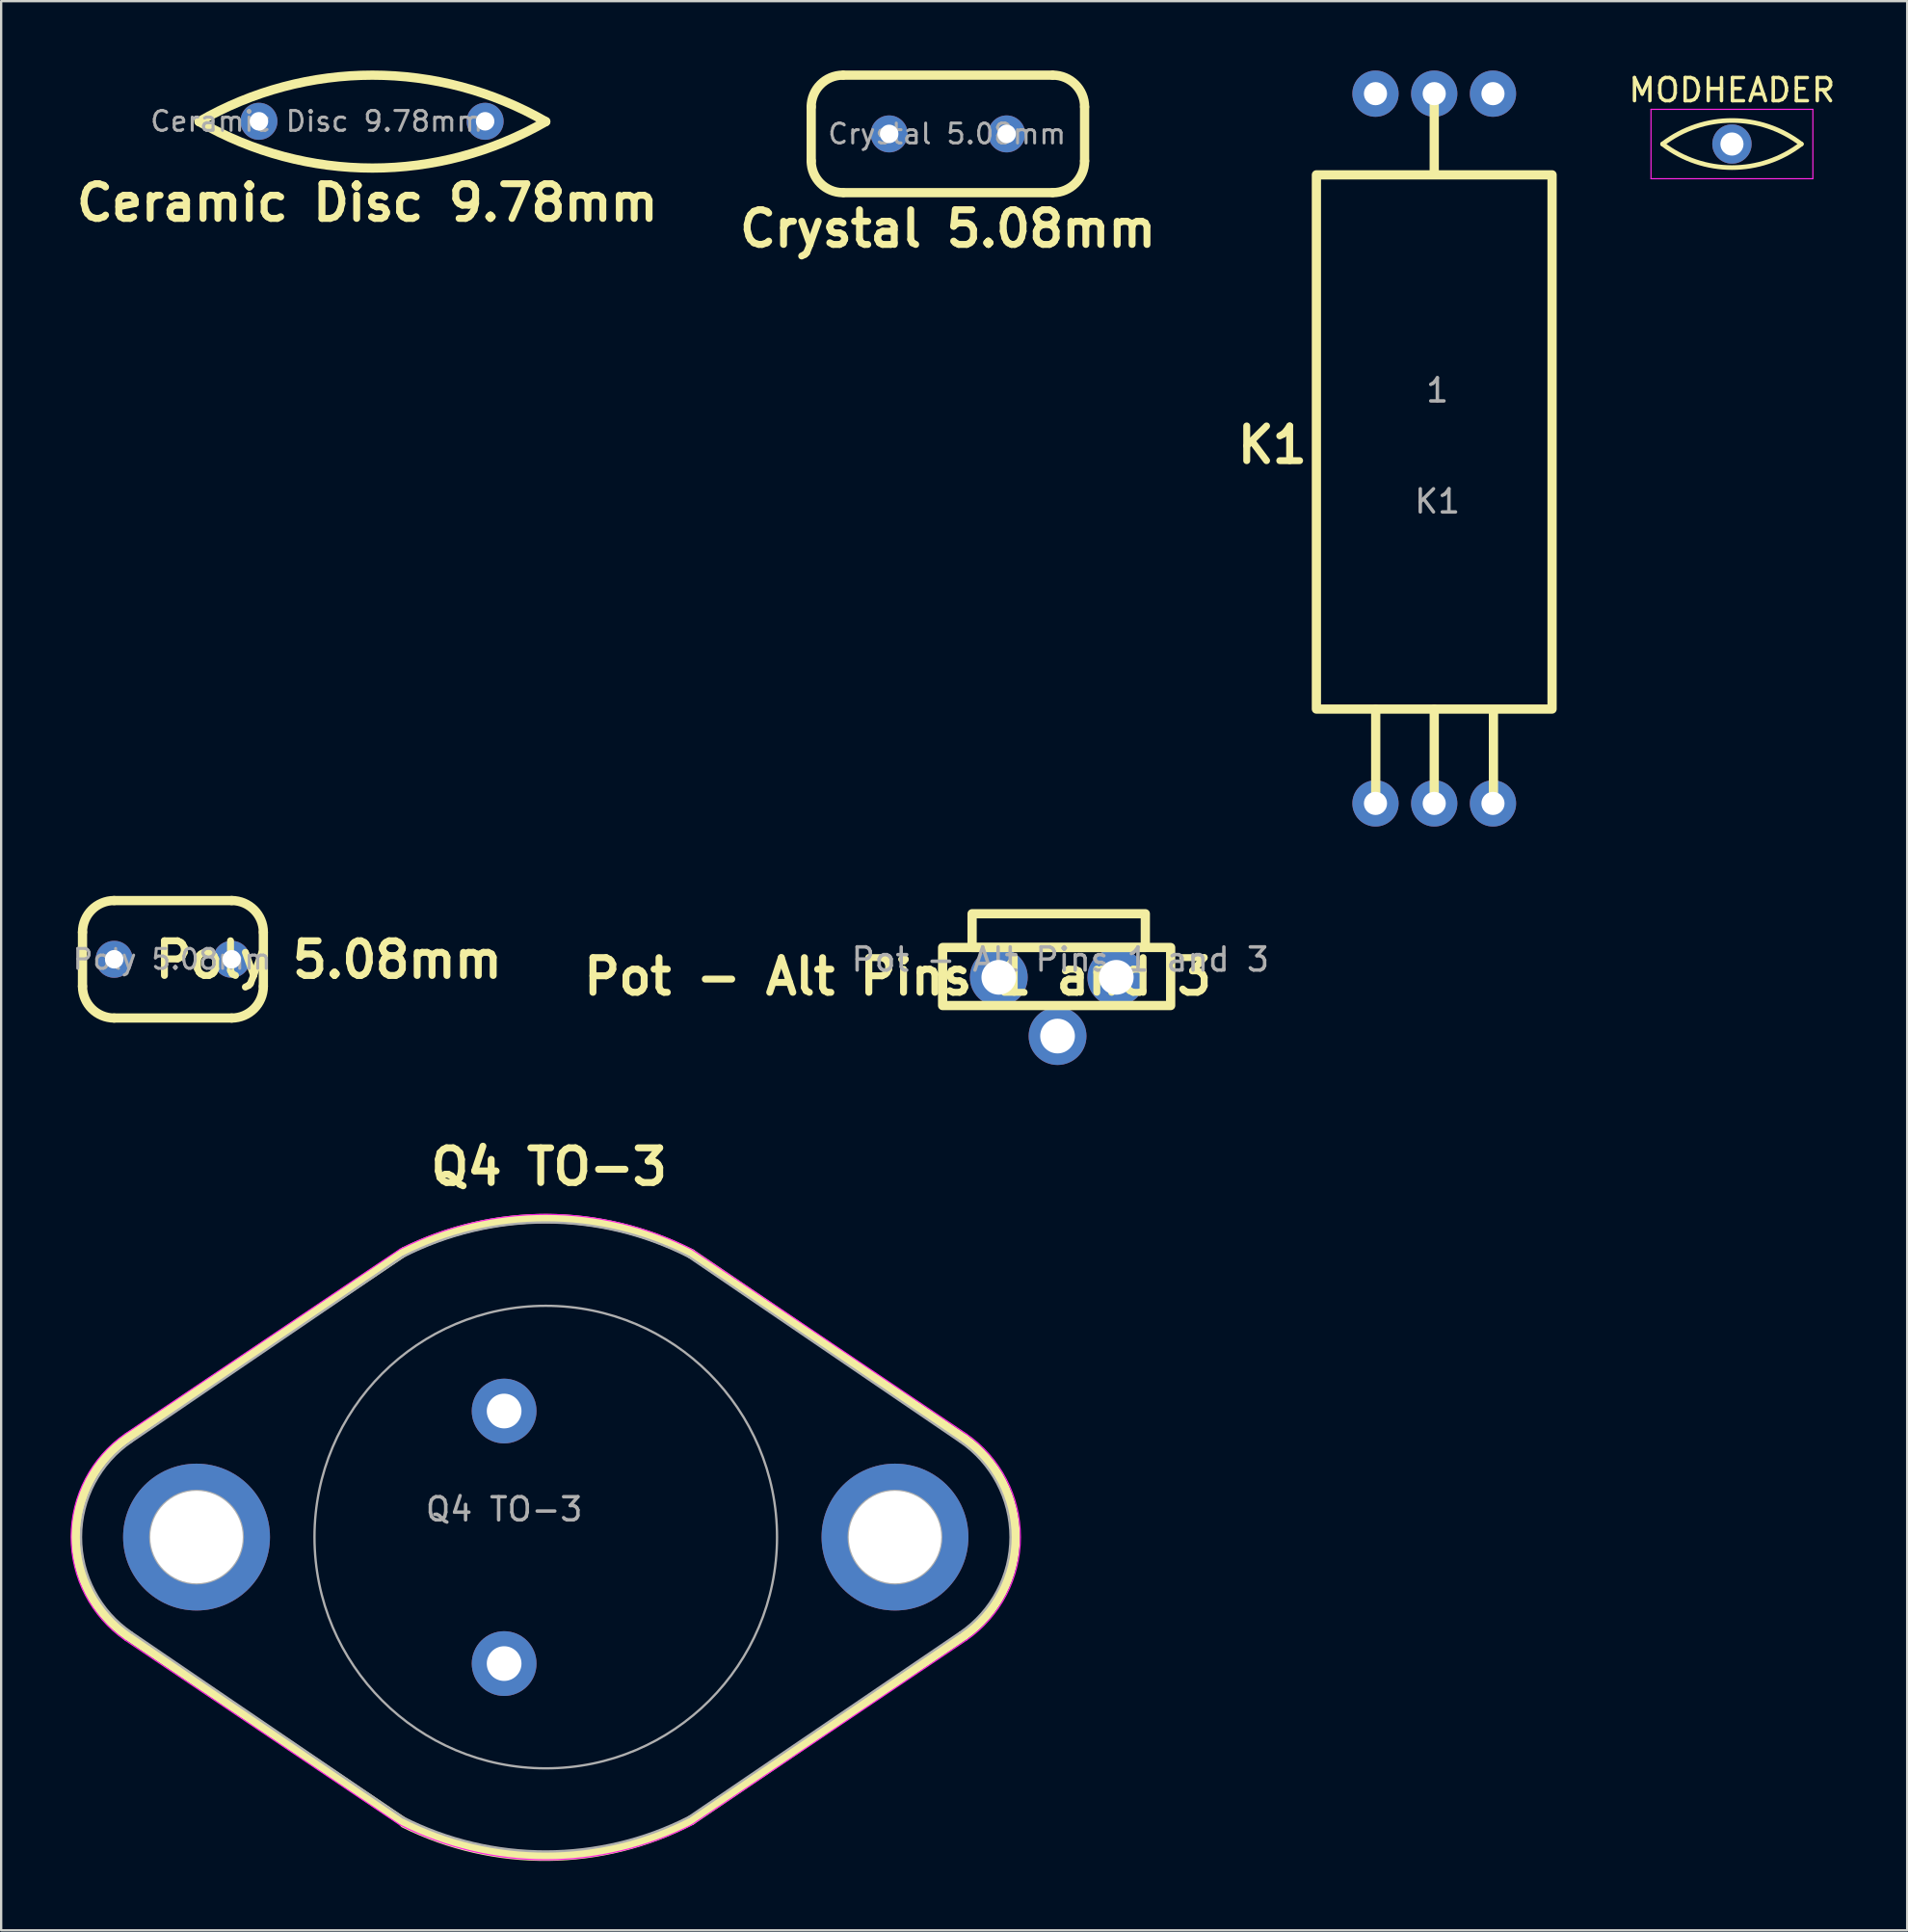
<source format=kicad_pcb>
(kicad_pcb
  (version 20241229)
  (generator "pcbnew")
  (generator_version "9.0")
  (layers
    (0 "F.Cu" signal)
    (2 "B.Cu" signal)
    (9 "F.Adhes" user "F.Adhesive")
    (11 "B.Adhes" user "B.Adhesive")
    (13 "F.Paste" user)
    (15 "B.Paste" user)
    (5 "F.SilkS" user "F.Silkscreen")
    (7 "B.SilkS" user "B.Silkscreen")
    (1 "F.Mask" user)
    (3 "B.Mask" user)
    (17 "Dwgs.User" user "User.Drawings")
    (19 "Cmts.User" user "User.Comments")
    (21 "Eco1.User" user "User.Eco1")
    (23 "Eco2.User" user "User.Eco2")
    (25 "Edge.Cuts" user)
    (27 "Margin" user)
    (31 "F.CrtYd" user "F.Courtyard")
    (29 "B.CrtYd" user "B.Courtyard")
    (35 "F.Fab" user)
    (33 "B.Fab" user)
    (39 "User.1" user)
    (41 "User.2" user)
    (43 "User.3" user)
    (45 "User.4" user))
  (footprint "Ceramic Disc 9.78mm"
    (layer "F.Cu")
    (at 8.146 2.195)
    (property "Reference" "Ceramic Disc 9.78mm" (at 4.69 3.52 0) (layer "F.SilkS") (effects (font (size 1.5 1.5) (thickness 0.3) (bold yes))))
    (attr through_hole)
    (fp_arc (start -2.588358 0.01327) (mid 4.906635 -1.995008) (end 12.401628 0.01327) (stroke (width 0.4) (type default)) (layer "F.SilkS"))
    (fp_arc (start 12.401628 0.01327) (mid 4.906635 2.021548) (end -2.588358 0.01327) (stroke (width 0.4) (type default)) (layer "F.SilkS"))
    (fp_text user "${REFERENCE}" (at 2.5 0 0) (layer "F.Fab") (effects (font (size 0.86 0.86) (thickness 0.129))))
    (pad "1" thru_hole circle (at 0 0) (size 1.6 1.6) (drill 0.8) (layers "*.Cu" "*.Mask"))
    (pad "2" thru_hole circle (at 9.78 0) (size 1.6 1.6) (drill 0.8) (layers "*.Cu" "*.Mask")))
  (footprint "Pot - Alt Pins 1 and 3"
    (layer "F.Cu")
    (at 42.797 35.94)
    (property "Reference" "Pot - Alt Pins 1 and 3" (at -7.03 3.24 0) (unlocked yes) (layer "F.SilkS") (effects (font (size 1.5 1.5) (thickness 0.3) (bold yes))))
    (attr through_hole)
    (fp_rect (start -5.09 1.98) (end 4.77 4.49) (stroke (width 0.4) (type default)) (fill no) (layer "F.SilkS"))
    (fp_rect (start -3.815 0.52) (end 3.675 1.98) (stroke (width 0.4) (type default)) (fill no) (layer "F.SilkS"))
    (fp_text user "${REFERENCE}" (at 0 2.5 0) (unlocked yes) (layer "F.Fab") (effects (font (size 1 1) (thickness 0.15))))
    (pad "1" thru_hole circle (at 2.42 3.27) (size 2.5 2.5) (drill 1.5) (layers "*.Cu" "*.Mask"))
    (pad "2" thru_hole circle (at -0.12 5.81) (size 2.5 2.5) (drill 1.5) (layers "*.Cu" "*.Mask"))
    (pad "3" thru_hole circle (at -2.66 3.27) (size 2.5 2.5) (drill 1.5) (layers "*.Cu" "*.Mask")))
  (footprint "Crystal 5.08mm"
    (layer "F.Cu")
    (at 35.396 2.74)
    (property "Reference" "Crystal 5.08mm" (at 2.54 4.1 0) (layer "F.SilkS") (effects (font (size 1.5 1.5) (thickness 0.3) (bold yes))))
    (attr through_hole)
    (fp_line (start -3.37 1.17) (end -3.37 -1.17) (stroke (width 0.4) (type default)) (layer "F.SilkS"))
    (fp_line (start -1.98 -2.54) (end 7.06 -2.54) (stroke (width 0.4) (type default)) (layer "F.SilkS"))
    (fp_line (start -1.96 2.54) (end 7.06 2.54) (stroke (width 0.4) (type default)) (layer "F.SilkS"))
    (fp_line (start 8.45 -1.17) (end 8.45 1.17) (stroke (width 0.4) (type default)) (layer "F.SilkS"))
    (fp_arc (start -3.37 -1.17) (mid -2.968736 -2.138736) (end -2 -2.54) (stroke (width 0.4) (type default)) (layer "F.SilkS"))
    (fp_arc (start -2 2.54) (mid -2.968736 2.138736) (end -3.37 1.17) (stroke (width 0.4) (type default)) (layer "F.SilkS"))
    (fp_arc (start 7.08 -2.54) (mid 8.048736 -2.138736) (end 8.45 -1.17) (stroke (width 0.4) (type default)) (layer "F.SilkS"))
    (fp_arc (start 8.45 1.17) (mid 8.048736 2.138736) (end 7.08 2.54) (stroke (width 0.4) (type default)) (layer "F.SilkS"))
    (fp_text user "${REFERENCE}" (at 2.5 0 0) (layer "F.Fab") (effects (font (size 0.86 0.86) (thickness 0.129))))
    (pad "1" thru_hole circle (at 0 0) (size 1.6 1.6) (drill 0.8) (layers "*.Cu" "*.Mask"))
    (pad "2" thru_hole circle (at 5.08 0) (size 1.6 1.6) (drill 0.8) (layers "*.Cu" "*.Mask")))
  (footprint "Q4 TO-3"
    (layer "F.Cu")
    (at 18.748 57.964)
    (property "Reference" "Q4 TO-3" (at 1.94 -10.56 180) (layer "F.SilkS") (effects (font (size 1.5 1.5) (thickness 0.3) (bold yes))))
    (attr through_hole)
    (fp_line (start -4.3 -6.9) (end -16.2 1.1) (stroke (width 0.4) (type solid)) (layer "F.SilkS"))
    (fp_line (start -4.3 17.8) (end -16.3 9.7) (stroke (width 0.4) (type solid)) (layer "F.SilkS"))
    (fp_line (start 8.1 -6.8) (end 19.9 1.2) (stroke (width 0.4) (type solid)) (layer "F.SilkS"))
    (fp_line (start 8.1 17.7) (end 19.9 9.7) (stroke (width 0.4) (type solid)) (layer "F.SilkS"))
    (fp_arc (start -16.3 9.7) (mid -18.519226 5.373614) (end -16.2 1.1) (stroke (width 0.4) (type solid)) (layer "F.SilkS"))
    (fp_arc (start -4.3 -6.9) (mid 1.911888 -8.324078) (end 8.1 -6.8) (stroke (width 0.4) (type solid)) (layer "F.SilkS"))
    (fp_arc (start 8.1 17.7) (mid 1.902495 19.252998) (end -4.325 17.825) (stroke (width 0.4) (type solid)) (layer "F.SilkS"))
    (fp_arc (start 19.9 1.2) (mid 22.102159 5.45) (end 19.9 9.7) (stroke (width 0.4) (type solid)) (layer "F.SilkS"))
    (fp_line (start -4.5 -7) (end -16.4 1) (stroke (width 0.05) (type solid)) (layer "F.CrtYd"))
    (fp_line (start -4.5 17.9) (end -16.4 9.9) (stroke (width 0.05) (type solid)) (layer "F.CrtYd"))
    (fp_line (start 8.1 -7) (end 20 1) (stroke (width 0.05) (type solid)) (layer "F.CrtYd"))
    (fp_line (start 8.1 17.9) (end 20 9.9) (stroke (width 0.05) (type solid)) (layer "F.CrtYd"))
    (fp_arc (start -16.4 9.9) (mid -18.723326 5.45) (end -16.4 1) (stroke (width 0.05) (type solid)) (layer "F.CrtYd"))
    (fp_arc (start -4.5 -7) (mid 1.8 -8.503225) (end 8.1 -7) (stroke (width 0.05) (type solid)) (layer "F.CrtYd"))
    (fp_arc (start 8.1 17.9) (mid 1.8 19.403223) (end -4.5 17.9) (stroke (width 0.05) (type solid)) (layer "F.CrtYd"))
    (fp_arc (start 20 1) (mid 22.323325 5.45) (end 20 9.9) (stroke (width 0.05) (type solid)) (layer "F.CrtYd"))
    (fp_line (start -4.38 -6.67) (end -16.11 1.32) (stroke (width 0.1) (type solid)) (layer "F.Fab"))
    (fp_line (start -4.38 17.57) (end -16.11 9.58) (stroke (width 0.1) (type solid)) (layer "F.Fab"))
    (fp_line (start 7.98 -6.67) (end 19.71 1.32) (stroke (width 0.1) (type solid)) (layer "F.Fab"))
    (fp_line (start 7.98 17.56) (end 19.71 9.58) (stroke (width 0.1) (type solid)) (layer "F.Fab"))
    (fp_arc (start -16.11 9.58) (mid -18.295292 5.45) (end -16.11 1.32) (stroke (width 0.1) (type solid)) (layer "F.Fab"))
    (fp_arc (start -4.38 -6.67) (mid 1.8 -8.154661) (end 7.98 -6.67) (stroke (width 0.1) (type solid)) (layer "F.Fab"))
    (fp_arc (start 7.98 17.56) (mid 1.801197 19.045069) (end -4.38 17.57) (stroke (width 0.1) (type solid)) (layer "F.Fab"))
    (fp_arc (start 19.71 1.32) (mid 21.895289 5.45) (end 19.71 9.58) (stroke (width 0.1) (type solid)) (layer "F.Fab"))
    (fp_circle (center -13.3 5.45) (end -15.3 5.45) (stroke (width 0.1) (type solid)) (fill no) (layer "F.Fab"))
    (fp_circle (center 1.8 5.45) (end 11.8 5.45) (stroke (width 0.1) (type solid)) (fill no) (layer "F.Fab"))
    (fp_circle (center 16.9 5.45) (end 18.9 5.45) (stroke (width 0.1) (type solid)) (fill no) (layer "F.Fab"))
    (fp_text user "${REFERENCE}" (at 0 4.25 180) (layer "F.Fab") (effects (font (size 1 1) (thickness 0.15))))
    (pad "1" thru_hole circle (at 0 0) (size 2.8 2.8) (drill 1.5) (layers "*.Cu" "*.Mask"))
    (pad "2" thru_hole circle (at 0 10.92) (size 2.8 2.8) (drill 1.5) (layers "*.Cu" "*.Mask"))
    (pad "3" thru_hole circle (at -13.3 5.45) (size 6.35 6.35) (drill 4) (layers "*.Cu" "*.Mask"))
    (pad "4" thru_hole circle (at 16.9 5.45) (size 6.35 6.35) (drill 4) (layers "*.Cu" "*.Mask")))
  (footprint "K1"
    (layer "F.Cu")
    (at 59.099 16.13)
    (property "Reference" "K1" (at -7.135 0.06 0) (unlocked yes) (layer "F.SilkS") (effects (font (size 1.5 1.5) (thickness 0.3) (bold yes))))
    (attr through_hole)
    (fp_line (start -2.665 15.56) (end -2.665 11.49) (stroke (width 0.4) (type default)) (layer "F.SilkS"))
    (fp_line (start -0.135 -15.12) (end -0.135 -11.63) (stroke (width 0.4) (type default)) (layer "F.SilkS"))
    (fp_line (start -0.135 15.55) (end -0.135 11.48) (stroke (width 0.4) (type default)) (layer "F.SilkS"))
    (fp_line (start 2.425 15.59) (end 2.425 11.52) (stroke (width 0.4) (type default)) (layer "F.SilkS"))
    (fp_rect (start -5.23 -11.62) (end 4.96 11.48) (stroke (width 0.4) (type default)) (fill no) (layer "F.SilkS"))
    (fp_text user "${REFERENCE}" (at 0 2.5 0) (unlocked yes) (layer "F.Fab") (effects (font (size 1 1) (thickness 0.15))))
    (fp_text user "1" (at 0 -2.3 0) (layer "F.Fab") (effects (font (size 1 1) (thickness 0.15))))
    (pad "1" thru_hole circle (at -0.135 15.56 90) (size 2 2) (drill 1) (layers "*.Cu" "*.Mask"))
    (pad "2" thru_hole circle (at 2.405 15.56 90) (size 2 2) (drill 1) (layers "*.Cu" "*.Mask"))
    (pad "3" thru_hole circle (at -0.135 -15.13 90) (size 2 2) (drill 1) (layers "*.Cu" "*.Mask"))
    (pad "4" thru_hole circle (at -2.675 -15.13 90) (size 2 2) (drill 1) (layers "*.Cu" "*.Mask"))
    (pad "5" thru_hole circle (at -2.675 15.56 90) (size 2 2) (drill 1) (layers "*.Cu" "*.Mask"))
    (pad "6" thru_hole circle (at 2.405 -15.13 90) (size 2 2) (drill 1) (layers "*.Cu" "*.Mask")))
  (footprint "MODHEADER"
    (layer "F.Cu")
    (at 71.837 3.178)
    (property "Reference" "MODHEADER" (at 0 -2.33 0) (layer "F.SilkS") (effects (font (size 1 1) (thickness 0.15))))
    (attr through_hole)
    (fp_arc (start -3 0) (mid 0 -1.018363) (end 3 0) (stroke (width 0.2) (type default)) (layer "F.SilkS"))
    (fp_arc (start 3 0) (mid 0 1.018363) (end -3 0) (stroke (width 0.2) (type default)) (layer "F.SilkS"))
    (fp_line (start -3.5 -1.5) (end -3.5 1.5) (stroke (width 0.05) (type solid)) (layer "F.CrtYd"))
    (fp_line (start -3.5 1.5) (end 3.5 1.5) (stroke (width 0.05) (type solid)) (layer "F.CrtYd"))
    (fp_line (start 3.5 -1.5) (end -3.5 -1.5) (stroke (width 0.05) (type solid)) (layer "F.CrtYd"))
    (fp_line (start 3.5 1.5) (end 3.5 -1.5) (stroke (width 0.05) (type solid)) (layer "F.CrtYd"))
    (pad "1" thru_hole circle (at 0 0) (size 1.7 1.7) (drill 1) (layers "*.Cu" "*.Mask")))
  (footprint "Poly 5.08mm"
    (layer "F.Cu")
    (at 1.887 38.43)
    (property "Reference" "Poly 5.08mm" (at 9.28 0.021 0) (layer "F.SilkS") (effects (font (size 1.5 1.5) (thickness 0.3) (bold yes))))
    (attr through_hole)
    (fp_line (start -1.37 1.17) (end -1.37 -1.17) (stroke (width 0.4) (type default)) (layer "F.SilkS"))
    (fp_line (start 0 -2.54) (end 5.08 -2.54) (stroke (width 0.4) (type default)) (layer "F.SilkS"))
    (fp_line (start 0 2.54) (end 5.08 2.54) (stroke (width 0.4) (type default)) (layer "F.SilkS"))
    (fp_line (start 6.45 -1.17) (end 6.45 1.17) (stroke (width 0.4) (type default)) (layer "F.SilkS"))
    (fp_arc (start -1.37 -1.17) (mid -0.968736 -2.138736) (end 0 -2.54) (stroke (width 0.4) (type default)) (layer "F.SilkS"))
    (fp_arc (start 0 2.54) (mid -0.968736 2.138736) (end -1.37 1.17) (stroke (width 0.4) (type default)) (layer "F.SilkS"))
    (fp_arc (start 5.08 -2.54) (mid 6.048736 -2.138736) (end 6.45 -1.17) (stroke (width 0.4) (type default)) (layer "F.SilkS"))
    (fp_arc (start 6.45 1.17) (mid 6.048736 2.138736) (end 5.08 2.54) (stroke (width 0.4) (type default)) (layer "F.SilkS"))
    (fp_text user "${REFERENCE}" (at 2.5 0 0) (layer "F.Fab") (effects (font (size 0.86 0.86) (thickness 0.129))))
    (pad "1" thru_hole circle (at 0 0) (size 1.6 1.6) (drill 0.8) (layers "*.Cu" "*.Mask"))
    (pad "2" thru_hole circle (at 5.08 0) (size 1.6 1.6) (drill 0.8) (layers "*.Cu" "*.Mask")))
  (gr_rect
    (start -3 -3)
    (end 79.414 80.418)
    (stroke (width 0.1) (type default))
    (fill no)
    (layer "Edge.Cuts")))
</source>
